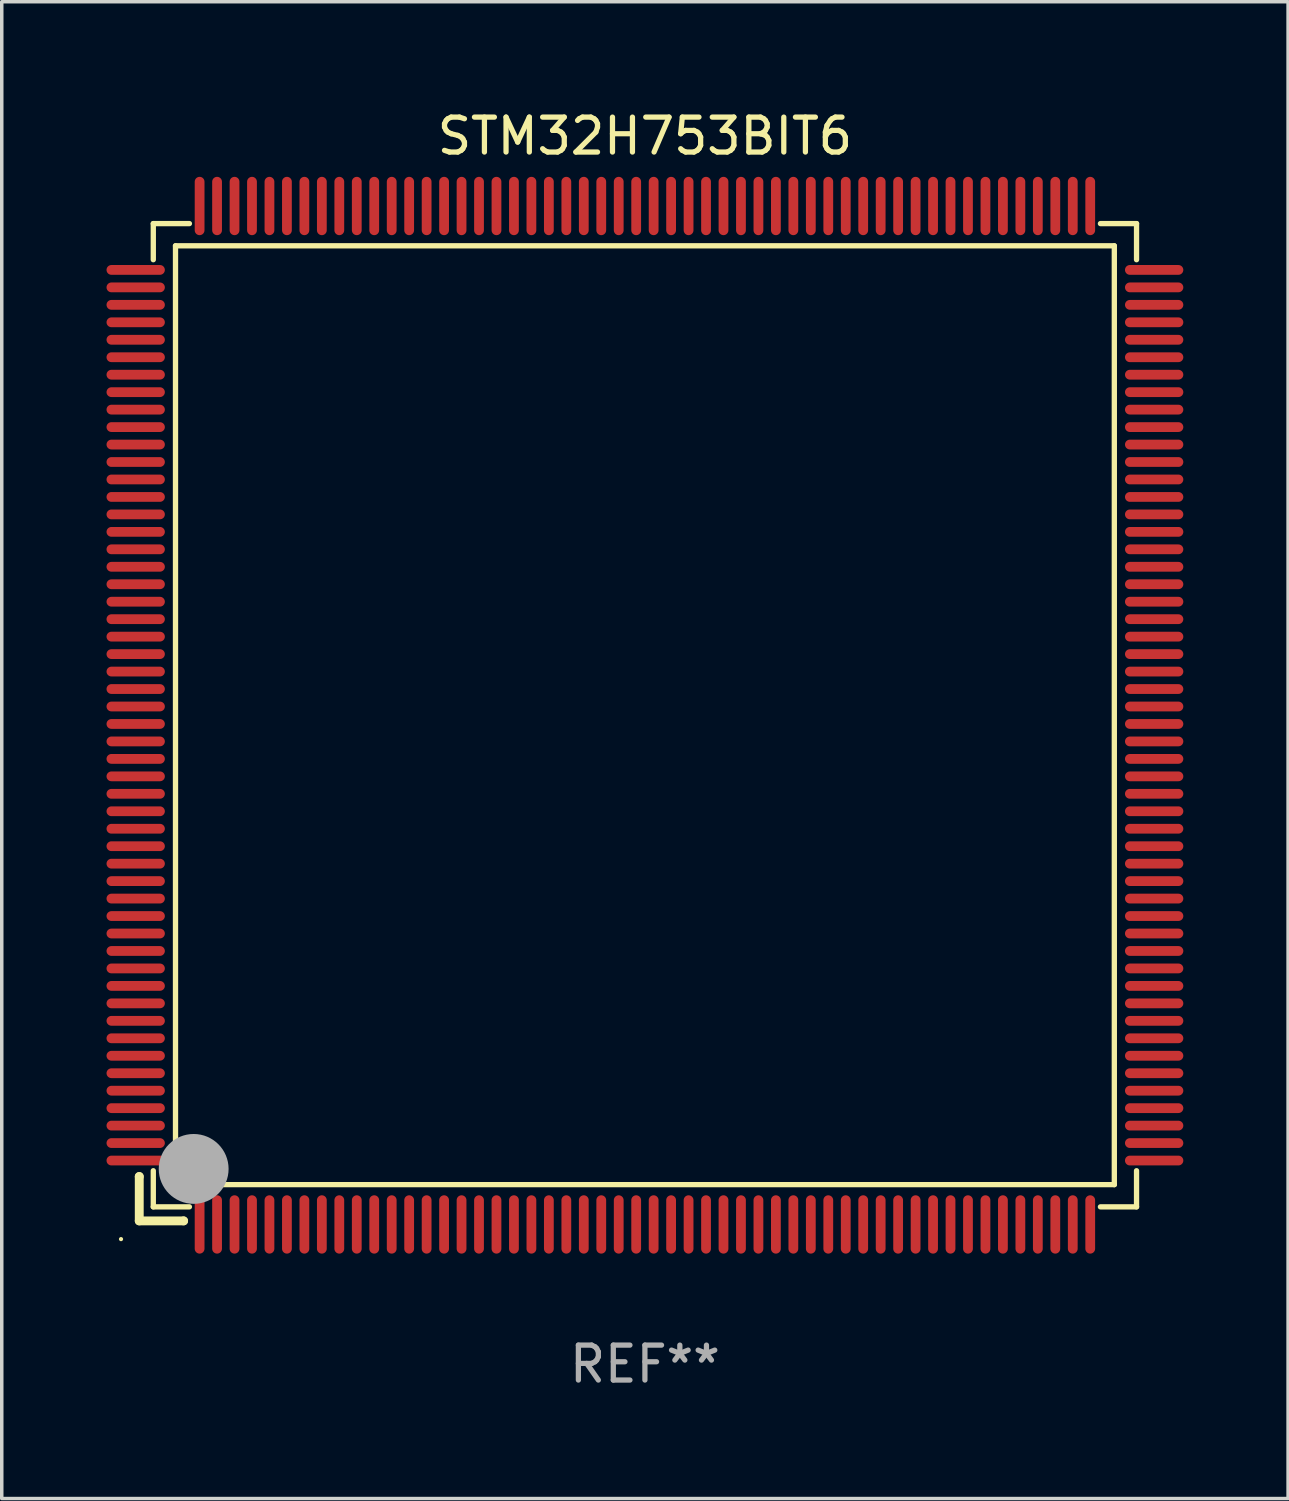
<source format=kicad_pcb>
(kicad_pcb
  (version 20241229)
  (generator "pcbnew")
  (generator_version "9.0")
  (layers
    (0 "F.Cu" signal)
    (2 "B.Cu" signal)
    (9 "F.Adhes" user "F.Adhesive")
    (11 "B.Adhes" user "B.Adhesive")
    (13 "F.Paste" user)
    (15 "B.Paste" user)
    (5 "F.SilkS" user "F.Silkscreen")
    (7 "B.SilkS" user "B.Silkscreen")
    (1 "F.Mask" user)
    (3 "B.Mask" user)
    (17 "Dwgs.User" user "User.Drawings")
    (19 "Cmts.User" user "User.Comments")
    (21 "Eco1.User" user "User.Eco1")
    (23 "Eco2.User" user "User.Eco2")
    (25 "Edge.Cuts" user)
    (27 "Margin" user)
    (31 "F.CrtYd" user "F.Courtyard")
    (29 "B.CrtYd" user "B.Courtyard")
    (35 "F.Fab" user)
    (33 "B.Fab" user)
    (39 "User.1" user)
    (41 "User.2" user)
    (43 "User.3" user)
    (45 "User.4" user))
  (footprint "STM32H753BIT6"
    (layer "F.Cu")
    (at 15.415 17.428)
    (property "Reference" "STM32H753BIT6" (at 0 -16.58 0) (layer "F.SilkS") (effects (font (size 1 1) (thickness 0.15))))
    (attr through_hole)
    (fp_line (start -14.478 13.208) (end -14.478 13.208) (stroke (width 0.254) (type solid)) (layer "F.SilkS"))
    (fp_line (start -14.478 13.208) (end -14.478 14.478) (stroke (width 0.254) (type solid)) (layer "F.SilkS"))
    (fp_line (start -14.478 14.478) (end -13.208 14.478) (stroke (width 0.254) (type solid)) (layer "F.SilkS"))
    (fp_line (start -14.076 -14.076) (end -14.076 -13.042) (stroke (width 0.152) (type solid)) (layer "F.SilkS"))
    (fp_line (start -14.076 14.076) (end -14.076 13.042) (stroke (width 0.152) (type solid)) (layer "F.SilkS"))
    (fp_line (start -13.44 -13.44) (end 13.44 -13.44) (stroke (width 0.152) (type solid)) (layer "F.SilkS"))
    (fp_line (start -13.44 13.44) (end -13.44 -13.44) (stroke (width 0.152) (type solid)) (layer "F.SilkS"))
    (fp_line (start -13.208 14.478) (end -13.208 14.478) (stroke (width 0.254) (type solid)) (layer "F.SilkS"))
    (fp_line (start -13.042 -14.076) (end -14.076 -14.076) (stroke (width 0.152) (type solid)) (layer "F.SilkS"))
    (fp_line (start -13.042 14.076) (end -14.076 14.076) (stroke (width 0.152) (type solid)) (layer "F.SilkS"))
    (fp_line (start 13.042 -14.076) (end 14.076 -14.076) (stroke (width 0.152) (type solid)) (layer "F.SilkS"))
    (fp_line (start 13.042 14.076) (end 14.076 14.076) (stroke (width 0.152) (type solid)) (layer "F.SilkS"))
    (fp_line (start 13.44 -13.44) (end 13.44 13.44) (stroke (width 0.152) (type solid)) (layer "F.SilkS"))
    (fp_line (start 13.44 13.44) (end -13.44 13.44) (stroke (width 0.152) (type solid)) (layer "F.SilkS"))
    (fp_line (start 14.076 -14.076) (end 14.076 -13.042) (stroke (width 0.152) (type solid)) (layer "F.SilkS"))
    (fp_line (start 14.076 14.076) (end 14.076 13.042) (stroke (width 0.152) (type solid)) (layer "F.SilkS"))
    (fp_circle (center -15 15) (end -14.97 15) (stroke (width 0.06) (type solid)) (fill no) (layer "F.SilkS"))
    (fp_circle (center -13.138 13.138) (end -13.063 13.138) (stroke (width 0.15) (type solid)) (fill no) (layer "F.SilkS"))
    (fp_circle (center -12.92 12.99) (end -12.42 12.99) (stroke (width 1) (type solid)) (fill no) (layer "F.Fab"))
    (fp_text user "REF**" (at 0 18.58 0) (layer "F.Fab") (effects (font (size 1 1) (thickness 0.15))))
    (pad "1" smd oval (at -12.75 14.58) (size 0.28 1.67) (layers "F.Cu" "F.Mask" "F.Paste"))
    (pad "2" smd oval (at -12.25 14.58) (size 0.28 1.67) (layers "F.Cu" "F.Mask" "F.Paste"))
    (pad "3" smd oval (at -11.75 14.58) (size 0.28 1.67) (layers "F.Cu" "F.Mask" "F.Paste"))
    (pad "4" smd oval (at -11.25 14.58) (size 0.28 1.67) (layers "F.Cu" "F.Mask" "F.Paste"))
    (pad "5" smd oval (at -10.75 14.58) (size 0.28 1.67) (layers "F.Cu" "F.Mask" "F.Paste"))
    (pad "6" smd oval (at -10.25 14.58) (size 0.28 1.67) (layers "F.Cu" "F.Mask" "F.Paste"))
    (pad "7" smd oval (at -9.75 14.58) (size 0.28 1.67) (layers "F.Cu" "F.Mask" "F.Paste"))
    (pad "8" smd oval (at -9.25 14.58) (size 0.28 1.67) (layers "F.Cu" "F.Mask" "F.Paste"))
    (pad "9" smd oval (at -8.75 14.58) (size 0.28 1.67) (layers "F.Cu" "F.Mask" "F.Paste"))
    (pad "10" smd oval (at -8.25 14.58) (size 0.28 1.67) (layers "F.Cu" "F.Mask" "F.Paste"))
    (pad "11" smd oval (at -7.75 14.58) (size 0.28 1.67) (layers "F.Cu" "F.Mask" "F.Paste"))
    (pad "12" smd oval (at -7.25 14.58) (size 0.28 1.67) (layers "F.Cu" "F.Mask" "F.Paste"))
    (pad "13" smd oval (at -6.75 14.58) (size 0.28 1.67) (layers "F.Cu" "F.Mask" "F.Paste"))
    (pad "14" smd oval (at -6.25 14.58) (size 0.28 1.67) (layers "F.Cu" "F.Mask" "F.Paste"))
    (pad "15" smd oval (at -5.75 14.58) (size 0.28 1.67) (layers "F.Cu" "F.Mask" "F.Paste"))
    (pad "16" smd oval (at -5.25 14.58) (size 0.28 1.67) (layers "F.Cu" "F.Mask" "F.Paste"))
    (pad "17" smd oval (at -4.75 14.58) (size 0.28 1.67) (layers "F.Cu" "F.Mask" "F.Paste"))
    (pad "18" smd oval (at -4.25 14.58) (size 0.28 1.67) (layers "F.Cu" "F.Mask" "F.Paste"))
    (pad "19" smd oval (at -3.75 14.58) (size 0.28 1.67) (layers "F.Cu" "F.Mask" "F.Paste"))
    (pad "20" smd oval (at -3.25 14.58) (size 0.28 1.67) (layers "F.Cu" "F.Mask" "F.Paste"))
    (pad "21" smd oval (at -2.75 14.58) (size 0.28 1.67) (layers "F.Cu" "F.Mask" "F.Paste"))
    (pad "22" smd oval (at -2.25 14.58) (size 0.28 1.67) (layers "F.Cu" "F.Mask" "F.Paste"))
    (pad "23" smd oval (at -1.75 14.58) (size 0.28 1.67) (layers "F.Cu" "F.Mask" "F.Paste"))
    (pad "24" smd oval (at -1.25 14.58) (size 0.28 1.67) (layers "F.Cu" "F.Mask" "F.Paste"))
    (pad "25" smd oval (at -0.75 14.58) (size 0.28 1.67) (layers "F.Cu" "F.Mask" "F.Paste"))
    (pad "26" smd oval (at -0.25 14.58) (size 0.28 1.67) (layers "F.Cu" "F.Mask" "F.Paste"))
    (pad "27" smd oval (at 0.25 14.58) (size 0.28 1.67) (layers "F.Cu" "F.Mask" "F.Paste"))
    (pad "28" smd oval (at 0.75 14.58) (size 0.28 1.67) (layers "F.Cu" "F.Mask" "F.Paste"))
    (pad "29" smd oval (at 1.25 14.58) (size 0.28 1.67) (layers "F.Cu" "F.Mask" "F.Paste"))
    (pad "30" smd oval (at 1.75 14.58) (size 0.28 1.67) (layers "F.Cu" "F.Mask" "F.Paste"))
    (pad "31" smd oval (at 2.25 14.58) (size 0.28 1.67) (layers "F.Cu" "F.Mask" "F.Paste"))
    (pad "32" smd oval (at 2.75 14.58) (size 0.28 1.67) (layers "F.Cu" "F.Mask" "F.Paste"))
    (pad "33" smd oval (at 3.25 14.58) (size 0.28 1.67) (layers "F.Cu" "F.Mask" "F.Paste"))
    (pad "34" smd oval (at 3.75 14.58) (size 0.28 1.67) (layers "F.Cu" "F.Mask" "F.Paste"))
    (pad "35" smd oval (at 4.25 14.58) (size 0.28 1.67) (layers "F.Cu" "F.Mask" "F.Paste"))
    (pad "36" smd oval (at 4.75 14.58) (size 0.28 1.67) (layers "F.Cu" "F.Mask" "F.Paste"))
    (pad "37" smd oval (at 5.25 14.58) (size 0.28 1.67) (layers "F.Cu" "F.Mask" "F.Paste"))
    (pad "38" smd oval (at 5.75 14.58) (size 0.28 1.67) (layers "F.Cu" "F.Mask" "F.Paste"))
    (pad "39" smd oval (at 6.25 14.58) (size 0.28 1.67) (layers "F.Cu" "F.Mask" "F.Paste"))
    (pad "40" smd oval (at 6.75 14.58) (size 0.28 1.67) (layers "F.Cu" "F.Mask" "F.Paste"))
    (pad "41" smd oval (at 7.25 14.58) (size 0.28 1.67) (layers "F.Cu" "F.Mask" "F.Paste"))
    (pad "42" smd oval (at 7.75 14.58) (size 0.28 1.67) (layers "F.Cu" "F.Mask" "F.Paste"))
    (pad "43" smd oval (at 8.25 14.58) (size 0.28 1.67) (layers "F.Cu" "F.Mask" "F.Paste"))
    (pad "44" smd oval (at 8.75 14.58) (size 0.28 1.67) (layers "F.Cu" "F.Mask" "F.Paste"))
    (pad "45" smd oval (at 9.25 14.58) (size 0.28 1.67) (layers "F.Cu" "F.Mask" "F.Paste"))
    (pad "46" smd oval (at 9.75 14.58) (size 0.28 1.67) (layers "F.Cu" "F.Mask" "F.Paste"))
    (pad "47" smd oval (at 10.25 14.58) (size 0.28 1.67) (layers "F.Cu" "F.Mask" "F.Paste"))
    (pad "48" smd oval (at 10.75 14.58) (size 0.28 1.67) (layers "F.Cu" "F.Mask" "F.Paste"))
    (pad "49" smd oval (at 11.25 14.58) (size 0.28 1.67) (layers "F.Cu" "F.Mask" "F.Paste"))
    (pad "50" smd oval (at 11.75 14.58) (size 0.28 1.67) (layers "F.Cu" "F.Mask" "F.Paste"))
    (pad "51" smd oval (at 12.25 14.58) (size 0.28 1.67) (layers "F.Cu" "F.Mask" "F.Paste"))
    (pad "52" smd oval (at 12.75 14.58) (size 0.28 1.67) (layers "F.Cu" "F.Mask" "F.Paste"))
    (pad "53" smd oval (at 14.58 12.75) (size 1.67 0.28) (layers "F.Cu" "F.Mask" "F.Paste"))
    (pad "54" smd oval (at 14.58 12.25) (size 1.67 0.28) (layers "F.Cu" "F.Mask" "F.Paste"))
    (pad "55" smd oval (at 14.58 11.75) (size 1.67 0.28) (layers "F.Cu" "F.Mask" "F.Paste"))
    (pad "56" smd oval (at 14.58 11.25) (size 1.67 0.28) (layers "F.Cu" "F.Mask" "F.Paste"))
    (pad "57" smd oval (at 14.58 10.75) (size 1.67 0.28) (layers "F.Cu" "F.Mask" "F.Paste"))
    (pad "58" smd oval (at 14.58 10.25) (size 1.67 0.28) (layers "F.Cu" "F.Mask" "F.Paste"))
    (pad "59" smd oval (at 14.58 9.75) (size 1.67 0.28) (layers "F.Cu" "F.Mask" "F.Paste"))
    (pad "60" smd oval (at 14.58 9.25) (size 1.67 0.28) (layers "F.Cu" "F.Mask" "F.Paste"))
    (pad "61" smd oval (at 14.58 8.75) (size 1.67 0.28) (layers "F.Cu" "F.Mask" "F.Paste"))
    (pad "62" smd oval (at 14.58 8.25) (size 1.67 0.28) (layers "F.Cu" "F.Mask" "F.Paste"))
    (pad "63" smd oval (at 14.58 7.75) (size 1.67 0.28) (layers "F.Cu" "F.Mask" "F.Paste"))
    (pad "64" smd oval (at 14.58 7.25) (size 1.67 0.28) (layers "F.Cu" "F.Mask" "F.Paste"))
    (pad "65" smd oval (at 14.58 6.75) (size 1.67 0.28) (layers "F.Cu" "F.Mask" "F.Paste"))
    (pad "66" smd oval (at 14.58 6.25) (size 1.67 0.28) (layers "F.Cu" "F.Mask" "F.Paste"))
    (pad "67" smd oval (at 14.58 5.75) (size 1.67 0.28) (layers "F.Cu" "F.Mask" "F.Paste"))
    (pad "68" smd oval (at 14.58 5.25) (size 1.67 0.28) (layers "F.Cu" "F.Mask" "F.Paste"))
    (pad "69" smd oval (at 14.58 4.75) (size 1.67 0.28) (layers "F.Cu" "F.Mask" "F.Paste"))
    (pad "70" smd oval (at 14.58 4.25) (size 1.67 0.28) (layers "F.Cu" "F.Mask" "F.Paste"))
    (pad "71" smd oval (at 14.58 3.75) (size 1.67 0.28) (layers "F.Cu" "F.Mask" "F.Paste"))
    (pad "72" smd oval (at 14.58 3.25) (size 1.67 0.28) (layers "F.Cu" "F.Mask" "F.Paste"))
    (pad "73" smd oval (at 14.58 2.75) (size 1.67 0.28) (layers "F.Cu" "F.Mask" "F.Paste"))
    (pad "74" smd oval (at 14.58 2.25) (size 1.67 0.28) (layers "F.Cu" "F.Mask" "F.Paste"))
    (pad "75" smd oval (at 14.58 1.75) (size 1.67 0.28) (layers "F.Cu" "F.Mask" "F.Paste"))
    (pad "76" smd oval (at 14.58 1.25) (size 1.67 0.28) (layers "F.Cu" "F.Mask" "F.Paste"))
    (pad "77" smd oval (at 14.58 0.75) (size 1.67 0.28) (layers "F.Cu" "F.Mask" "F.Paste"))
    (pad "78" smd oval (at 14.58 0.25) (size 1.67 0.28) (layers "F.Cu" "F.Mask" "F.Paste"))
    (pad "79" smd oval (at 14.58 -0.25) (size 1.67 0.28) (layers "F.Cu" "F.Mask" "F.Paste"))
    (pad "80" smd oval (at 14.58 -0.75) (size 1.67 0.28) (layers "F.Cu" "F.Mask" "F.Paste"))
    (pad "81" smd oval (at 14.58 -1.25) (size 1.67 0.28) (layers "F.Cu" "F.Mask" "F.Paste"))
    (pad "82" smd oval (at 14.58 -1.75) (size 1.67 0.28) (layers "F.Cu" "F.Mask" "F.Paste"))
    (pad "83" smd oval (at 14.58 -2.25) (size 1.67 0.28) (layers "F.Cu" "F.Mask" "F.Paste"))
    (pad "84" smd oval (at 14.58 -2.75) (size 1.67 0.28) (layers "F.Cu" "F.Mask" "F.Paste"))
    (pad "85" smd oval (at 14.58 -3.25) (size 1.67 0.28) (layers "F.Cu" "F.Mask" "F.Paste"))
    (pad "86" smd oval (at 14.58 -3.75) (size 1.67 0.28) (layers "F.Cu" "F.Mask" "F.Paste"))
    (pad "87" smd oval (at 14.58 -4.25) (size 1.67 0.28) (layers "F.Cu" "F.Mask" "F.Paste"))
    (pad "88" smd oval (at 14.58 -4.75) (size 1.67 0.28) (layers "F.Cu" "F.Mask" "F.Paste"))
    (pad "89" smd oval (at 14.58 -5.25) (size 1.67 0.28) (layers "F.Cu" "F.Mask" "F.Paste"))
    (pad "90" smd oval (at 14.58 -5.75) (size 1.67 0.28) (layers "F.Cu" "F.Mask" "F.Paste"))
    (pad "91" smd oval (at 14.58 -6.25) (size 1.67 0.28) (layers "F.Cu" "F.Mask" "F.Paste"))
    (pad "92" smd oval (at 14.58 -6.75) (size 1.67 0.28) (layers "F.Cu" "F.Mask" "F.Paste"))
    (pad "93" smd oval (at 14.58 -7.25) (size 1.67 0.28) (layers "F.Cu" "F.Mask" "F.Paste"))
    (pad "94" smd oval (at 14.58 -7.75) (size 1.67 0.28) (layers "F.Cu" "F.Mask" "F.Paste"))
    (pad "95" smd oval (at 14.58 -8.25) (size 1.67 0.28) (layers "F.Cu" "F.Mask" "F.Paste"))
    (pad "96" smd oval (at 14.58 -8.75) (size 1.67 0.28) (layers "F.Cu" "F.Mask" "F.Paste"))
    (pad "97" smd oval (at 14.58 -9.25) (size 1.67 0.28) (layers "F.Cu" "F.Mask" "F.Paste"))
    (pad "98" smd oval (at 14.58 -9.75) (size 1.67 0.28) (layers "F.Cu" "F.Mask" "F.Paste"))
    (pad "99" smd oval (at 14.58 -10.25) (size 1.67 0.28) (layers "F.Cu" "F.Mask" "F.Paste"))
    (pad "100" smd oval (at 14.58 -10.75) (size 1.67 0.28) (layers "F.Cu" "F.Mask" "F.Paste"))
    (pad "101" smd oval (at 14.58 -11.25) (size 1.67 0.28) (layers "F.Cu" "F.Mask" "F.Paste"))
    (pad "102" smd oval (at 14.58 -11.75) (size 1.67 0.28) (layers "F.Cu" "F.Mask" "F.Paste"))
    (pad "103" smd oval (at 14.58 -12.25) (size 1.67 0.28) (layers "F.Cu" "F.Mask" "F.Paste"))
    (pad "104" smd oval (at 14.58 -12.75) (size 1.67 0.28) (layers "F.Cu" "F.Mask" "F.Paste"))
    (pad "105" smd oval (at 12.75 -14.58) (size 0.28 1.67) (layers "F.Cu" "F.Mask" "F.Paste"))
    (pad "106" smd oval (at 12.25 -14.58) (size 0.28 1.67) (layers "F.Cu" "F.Mask" "F.Paste"))
    (pad "107" smd oval (at 11.75 -14.58) (size 0.28 1.67) (layers "F.Cu" "F.Mask" "F.Paste"))
    (pad "108" smd oval (at 11.25 -14.58) (size 0.28 1.67) (layers "F.Cu" "F.Mask" "F.Paste"))
    (pad "109" smd oval (at 10.75 -14.58) (size 0.28 1.67) (layers "F.Cu" "F.Mask" "F.Paste"))
    (pad "110" smd oval (at 10.25 -14.58) (size 0.28 1.67) (layers "F.Cu" "F.Mask" "F.Paste"))
    (pad "111" smd oval (at 9.75 -14.58) (size 0.28 1.67) (layers "F.Cu" "F.Mask" "F.Paste"))
    (pad "112" smd oval (at 9.25 -14.58) (size 0.28 1.67) (layers "F.Cu" "F.Mask" "F.Paste"))
    (pad "113" smd oval (at 8.75 -14.58) (size 0.28 1.67) (layers "F.Cu" "F.Mask" "F.Paste"))
    (pad "114" smd oval (at 8.25 -14.58) (size 0.28 1.67) (layers "F.Cu" "F.Mask" "F.Paste"))
    (pad "115" smd oval (at 7.75 -14.58) (size 0.28 1.67) (layers "F.Cu" "F.Mask" "F.Paste"))
    (pad "116" smd oval (at 7.25 -14.58) (size 0.28 1.67) (layers "F.Cu" "F.Mask" "F.Paste"))
    (pad "117" smd oval (at 6.75 -14.58) (size 0.28 1.67) (layers "F.Cu" "F.Mask" "F.Paste"))
    (pad "118" smd oval (at 6.25 -14.58) (size 0.28 1.67) (layers "F.Cu" "F.Mask" "F.Paste"))
    (pad "119" smd oval (at 5.75 -14.58) (size 0.28 1.67) (layers "F.Cu" "F.Mask" "F.Paste"))
    (pad "120" smd oval (at 5.25 -14.58) (size 0.28 1.67) (layers "F.Cu" "F.Mask" "F.Paste"))
    (pad "121" smd oval (at 4.75 -14.58) (size 0.28 1.67) (layers "F.Cu" "F.Mask" "F.Paste"))
    (pad "122" smd oval (at 4.25 -14.58) (size 0.28 1.67) (layers "F.Cu" "F.Mask" "F.Paste"))
    (pad "123" smd oval (at 3.75 -14.58) (size 0.28 1.67) (layers "F.Cu" "F.Mask" "F.Paste"))
    (pad "124" smd oval (at 3.25 -14.58) (size 0.28 1.67) (layers "F.Cu" "F.Mask" "F.Paste"))
    (pad "125" smd oval (at 2.75 -14.58) (size 0.28 1.67) (layers "F.Cu" "F.Mask" "F.Paste"))
    (pad "126" smd oval (at 2.25 -14.58) (size 0.28 1.67) (layers "F.Cu" "F.Mask" "F.Paste"))
    (pad "127" smd oval (at 1.75 -14.58) (size 0.28 1.67) (layers "F.Cu" "F.Mask" "F.Paste"))
    (pad "128" smd oval (at 1.25 -14.58) (size 0.28 1.67) (layers "F.Cu" "F.Mask" "F.Paste"))
    (pad "129" smd oval (at 0.75 -14.58) (size 0.28 1.67) (layers "F.Cu" "F.Mask" "F.Paste"))
    (pad "130" smd oval (at 0.25 -14.58) (size 0.28 1.67) (layers "F.Cu" "F.Mask" "F.Paste"))
    (pad "131" smd oval (at -0.25 -14.58) (size 0.28 1.67) (layers "F.Cu" "F.Mask" "F.Paste"))
    (pad "132" smd oval (at -0.75 -14.58) (size 0.28 1.67) (layers "F.Cu" "F.Mask" "F.Paste"))
    (pad "133" smd oval (at -1.25 -14.58) (size 0.28 1.67) (layers "F.Cu" "F.Mask" "F.Paste"))
    (pad "134" smd oval (at -1.75 -14.58) (size 0.28 1.67) (layers "F.Cu" "F.Mask" "F.Paste"))
    (pad "135" smd oval (at -2.25 -14.58) (size 0.28 1.67) (layers "F.Cu" "F.Mask" "F.Paste"))
    (pad "136" smd oval (at -2.75 -14.58) (size 0.28 1.67) (layers "F.Cu" "F.Mask" "F.Paste"))
    (pad "137" smd oval (at -3.25 -14.58) (size 0.28 1.67) (layers "F.Cu" "F.Mask" "F.Paste"))
    (pad "138" smd oval (at -3.75 -14.58) (size 0.28 1.67) (layers "F.Cu" "F.Mask" "F.Paste"))
    (pad "139" smd oval (at -4.25 -14.58) (size 0.28 1.67) (layers "F.Cu" "F.Mask" "F.Paste"))
    (pad "140" smd oval (at -4.75 -14.58) (size 0.28 1.67) (layers "F.Cu" "F.Mask" "F.Paste"))
    (pad "141" smd oval (at -5.25 -14.58) (size 0.28 1.67) (layers "F.Cu" "F.Mask" "F.Paste"))
    (pad "142" smd oval (at -5.75 -14.58) (size 0.28 1.67) (layers "F.Cu" "F.Mask" "F.Paste"))
    (pad "143" smd oval (at -6.25 -14.58) (size 0.28 1.67) (layers "F.Cu" "F.Mask" "F.Paste"))
    (pad "144" smd oval (at -6.75 -14.58) (size 0.28 1.67) (layers "F.Cu" "F.Mask" "F.Paste"))
    (pad "145" smd oval (at -7.25 -14.58) (size 0.28 1.67) (layers "F.Cu" "F.Mask" "F.Paste"))
    (pad "146" smd oval (at -7.75 -14.58) (size 0.28 1.67) (layers "F.Cu" "F.Mask" "F.Paste"))
    (pad "147" smd oval (at -8.25 -14.58) (size 0.28 1.67) (layers "F.Cu" "F.Mask" "F.Paste"))
    (pad "148" smd oval (at -8.75 -14.58) (size 0.28 1.67) (layers "F.Cu" "F.Mask" "F.Paste"))
    (pad "149" smd oval (at -9.25 -14.58) (size 0.28 1.67) (layers "F.Cu" "F.Mask" "F.Paste"))
    (pad "150" smd oval (at -9.75 -14.58) (size 0.28 1.67) (layers "F.Cu" "F.Mask" "F.Paste"))
    (pad "151" smd oval (at -10.25 -14.58) (size 0.28 1.67) (layers "F.Cu" "F.Mask" "F.Paste"))
    (pad "152" smd oval (at -10.75 -14.58) (size 0.28 1.67) (layers "F.Cu" "F.Mask" "F.Paste"))
    (pad "153" smd oval (at -11.25 -14.58) (size 0.28 1.67) (layers "F.Cu" "F.Mask" "F.Paste"))
    (pad "154" smd oval (at -11.75 -14.58) (size 0.28 1.67) (layers "F.Cu" "F.Mask" "F.Paste"))
    (pad "155" smd oval (at -12.25 -14.58) (size 0.28 1.67) (layers "F.Cu" "F.Mask" "F.Paste"))
    (pad "156" smd oval (at -12.75 -14.58) (size 0.28 1.67) (layers "F.Cu" "F.Mask" "F.Paste"))
    (pad "157" smd oval (at -14.58 -12.75) (size 1.67 0.28) (layers "F.Cu" "F.Mask" "F.Paste"))
    (pad "158" smd oval (at -14.58 -12.25) (size 1.67 0.28) (layers "F.Cu" "F.Mask" "F.Paste"))
    (pad "159" smd oval (at -14.58 -11.75) (size 1.67 0.28) (layers "F.Cu" "F.Mask" "F.Paste"))
    (pad "160" smd oval (at -14.58 -11.25) (size 1.67 0.28) (layers "F.Cu" "F.Mask" "F.Paste"))
    (pad "161" smd oval (at -14.58 -10.75) (size 1.67 0.28) (layers "F.Cu" "F.Mask" "F.Paste"))
    (pad "162" smd oval (at -14.58 -10.25) (size 1.67 0.28) (layers "F.Cu" "F.Mask" "F.Paste"))
    (pad "163" smd oval (at -14.58 -9.75) (size 1.67 0.28) (layers "F.Cu" "F.Mask" "F.Paste"))
    (pad "164" smd oval (at -14.58 -9.25) (size 1.67 0.28) (layers "F.Cu" "F.Mask" "F.Paste"))
    (pad "165" smd oval (at -14.58 -8.75) (size 1.67 0.28) (layers "F.Cu" "F.Mask" "F.Paste"))
    (pad "166" smd oval (at -14.58 -8.25) (size 1.67 0.28) (layers "F.Cu" "F.Mask" "F.Paste"))
    (pad "167" smd oval (at -14.58 -7.75) (size 1.67 0.28) (layers "F.Cu" "F.Mask" "F.Paste"))
    (pad "168" smd oval (at -14.58 -7.25) (size 1.67 0.28) (layers "F.Cu" "F.Mask" "F.Paste"))
    (pad "169" smd oval (at -14.58 -6.75) (size 1.67 0.28) (layers "F.Cu" "F.Mask" "F.Paste"))
    (pad "170" smd oval (at -14.58 -6.25) (size 1.67 0.28) (layers "F.Cu" "F.Mask" "F.Paste"))
    (pad "171" smd oval (at -14.58 -5.75) (size 1.67 0.28) (layers "F.Cu" "F.Mask" "F.Paste"))
    (pad "172" smd oval (at -14.58 -5.25) (size 1.67 0.28) (layers "F.Cu" "F.Mask" "F.Paste"))
    (pad "173" smd oval (at -14.58 -4.75) (size 1.67 0.28) (layers "F.Cu" "F.Mask" "F.Paste"))
    (pad "174" smd oval (at -14.58 -4.25) (size 1.67 0.28) (layers "F.Cu" "F.Mask" "F.Paste"))
    (pad "175" smd oval (at -14.58 -3.75) (size 1.67 0.28) (layers "F.Cu" "F.Mask" "F.Paste"))
    (pad "176" smd oval (at -14.58 -3.25) (size 1.67 0.28) (layers "F.Cu" "F.Mask" "F.Paste"))
    (pad "177" smd oval (at -14.58 -2.75) (size 1.67 0.28) (layers "F.Cu" "F.Mask" "F.Paste"))
    (pad "178" smd oval (at -14.58 -2.25) (size 1.67 0.28) (layers "F.Cu" "F.Mask" "F.Paste"))
    (pad "179" smd oval (at -14.58 -1.75) (size 1.67 0.28) (layers "F.Cu" "F.Mask" "F.Paste"))
    (pad "180" smd oval (at -14.58 -1.25) (size 1.67 0.28) (layers "F.Cu" "F.Mask" "F.Paste"))
    (pad "181" smd oval (at -14.58 -0.75) (size 1.67 0.28) (layers "F.Cu" "F.Mask" "F.Paste"))
    (pad "182" smd oval (at -14.58 -0.25) (size 1.67 0.28) (layers "F.Cu" "F.Mask" "F.Paste"))
    (pad "183" smd oval (at -14.58 0.25) (size 1.67 0.28) (layers "F.Cu" "F.Mask" "F.Paste"))
    (pad "184" smd oval (at -14.58 0.75) (size 1.67 0.28) (layers "F.Cu" "F.Mask" "F.Paste"))
    (pad "185" smd oval (at -14.58 1.25) (size 1.67 0.28) (layers "F.Cu" "F.Mask" "F.Paste"))
    (pad "186" smd oval (at -14.58 1.75) (size 1.67 0.28) (layers "F.Cu" "F.Mask" "F.Paste"))
    (pad "187" smd oval (at -14.58 2.25) (size 1.67 0.28) (layers "F.Cu" "F.Mask" "F.Paste"))
    (pad "188" smd oval (at -14.58 2.75) (size 1.67 0.28) (layers "F.Cu" "F.Mask" "F.Paste"))
    (pad "189" smd oval (at -14.58 3.25) (size 1.67 0.28) (layers "F.Cu" "F.Mask" "F.Paste"))
    (pad "190" smd oval (at -14.58 3.75) (size 1.67 0.28) (layers "F.Cu" "F.Mask" "F.Paste"))
    (pad "191" smd oval (at -14.58 4.25) (size 1.67 0.28) (layers "F.Cu" "F.Mask" "F.Paste"))
    (pad "192" smd oval (at -14.58 4.75) (size 1.67 0.28) (layers "F.Cu" "F.Mask" "F.Paste"))
    (pad "193" smd oval (at -14.58 5.25) (size 1.67 0.28) (layers "F.Cu" "F.Mask" "F.Paste"))
    (pad "194" smd oval (at -14.58 5.75) (size 1.67 0.28) (layers "F.Cu" "F.Mask" "F.Paste"))
    (pad "195" smd oval (at -14.58 6.25) (size 1.67 0.28) (layers "F.Cu" "F.Mask" "F.Paste"))
    (pad "196" smd oval (at -14.58 6.75) (size 1.67 0.28) (layers "F.Cu" "F.Mask" "F.Paste"))
    (pad "197" smd oval (at -14.58 7.25) (size 1.67 0.28) (layers "F.Cu" "F.Mask" "F.Paste"))
    (pad "198" smd oval (at -14.58 7.75) (size 1.67 0.28) (layers "F.Cu" "F.Mask" "F.Paste"))
    (pad "199" smd oval (at -14.58 8.25) (size 1.67 0.28) (layers "F.Cu" "F.Mask" "F.Paste"))
    (pad "200" smd oval (at -14.58 8.75) (size 1.67 0.28) (layers "F.Cu" "F.Mask" "F.Paste"))
    (pad "201" smd oval (at -14.58 9.25) (size 1.67 0.28) (layers "F.Cu" "F.Mask" "F.Paste"))
    (pad "202" smd oval (at -14.58 9.75) (size 1.67 0.28) (layers "F.Cu" "F.Mask" "F.Paste"))
    (pad "203" smd oval (at -14.58 10.25) (size 1.67 0.28) (layers "F.Cu" "F.Mask" "F.Paste"))
    (pad "204" smd oval (at -14.58 10.75) (size 1.67 0.28) (layers "F.Cu" "F.Mask" "F.Paste"))
    (pad "205" smd oval (at -14.58 11.25) (size 1.67 0.28) (layers "F.Cu" "F.Mask" "F.Paste"))
    (pad "206" smd oval (at -14.58 11.75) (size 1.67 0.28) (layers "F.Cu" "F.Mask" "F.Paste"))
    (pad "207" smd oval (at -14.58 12.25) (size 1.67 0.28) (layers "F.Cu" "F.Mask" "F.Paste"))
    (pad "208" smd oval (at -14.58 12.75) (size 1.67 0.28) (layers "F.Cu" "F.Mask" "F.Paste")))
  (gr_rect
    (start -3 -3)
    (end 33.83 39.856)
    (stroke (width 0.1) (type default))
    (fill no)
    (layer "Edge.Cuts")))
</source>
